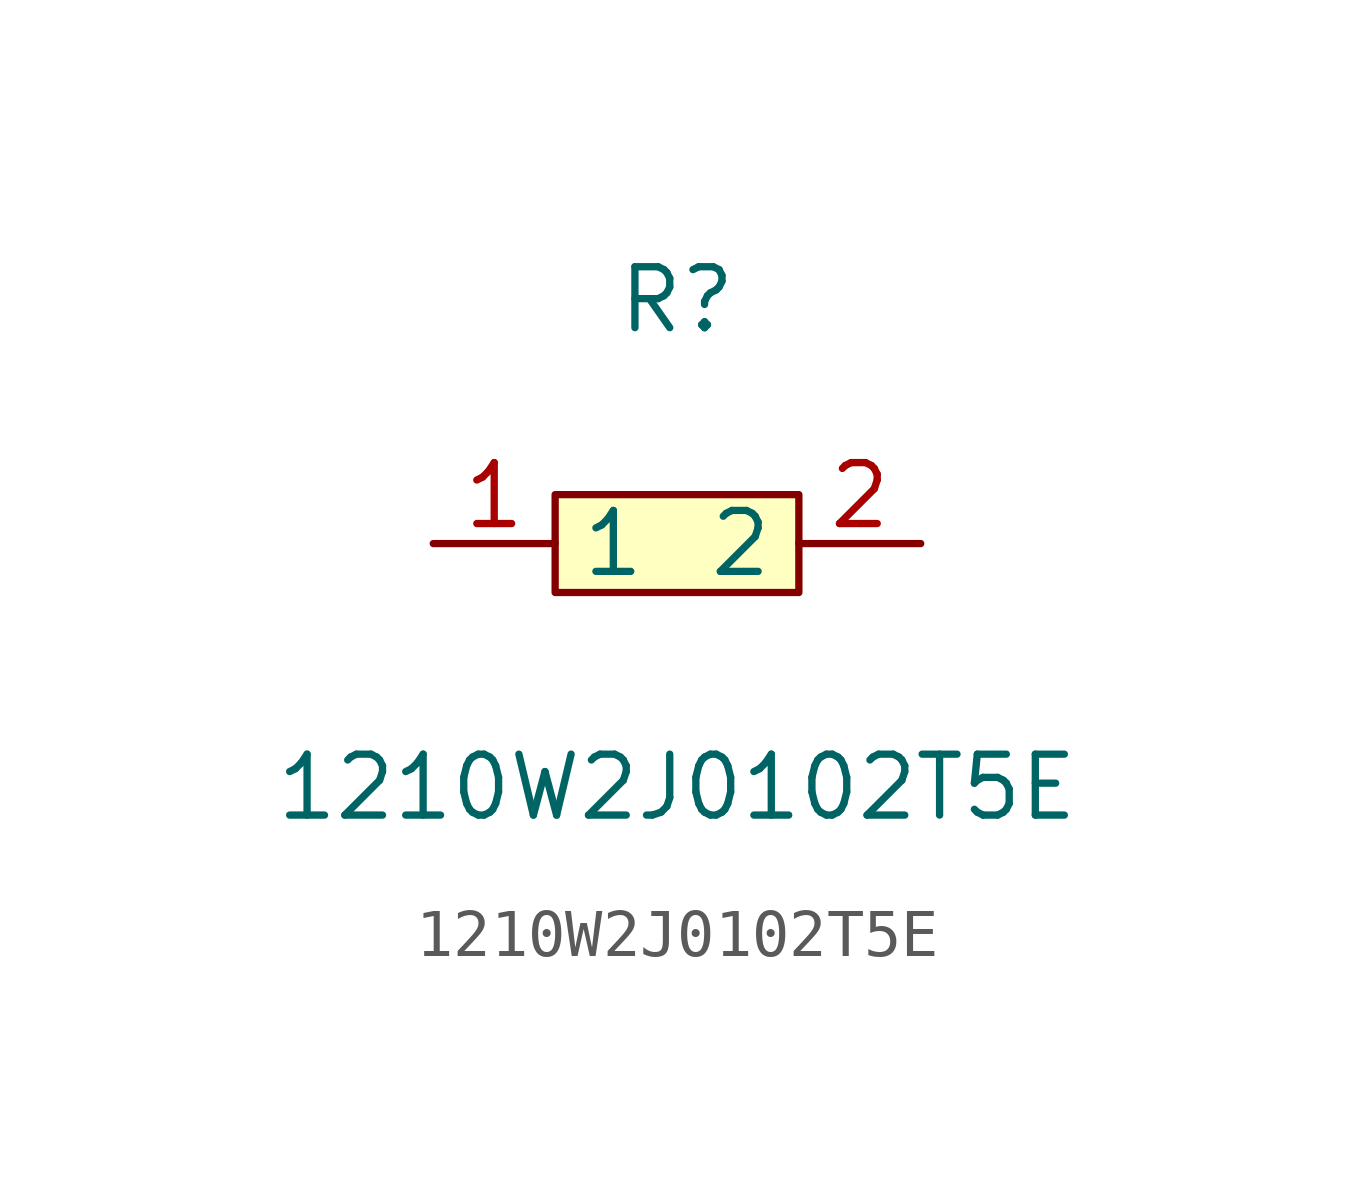
<source format=kicad_sym>
(kicad_symbol_lib
  (version 1)
  (generator "faebryk")
  (symbol "1210W2J0102T5E"
    (property "Reference" "R"
      (at 0 5.08 0)
      (effects (font (size 1.27 1.27)) (hide no)))
    (property "Value" "1210W2J0102T5E"
      (at 0 -5.08 0)
      (effects (font (size 1.27 1.27)) (hide no)))
    (symbol "1210W2J0102T5E_0_1"
      (rectangle (start -2.54 1.02) (end 2.54 -1.02) (stroke (width 0) (type default) (color 0 0 0 0)) (fill (type background)))
      (pin unspecified line (at 5.08 0 180) (length 2.54) (name "2" (effects (font (size 1.27 1.27)) (hide no))) (number "2" (effects (font (size 1.27 1.27)) (hide no))))
      (pin unspecified line (at -5.08 0 0) (length 2.54) (name "1" (effects (font (size 1.27 1.27)) (hide no))) (number "1" (effects (font (size 1.27 1.27)) (hide no)))))))
</source>
